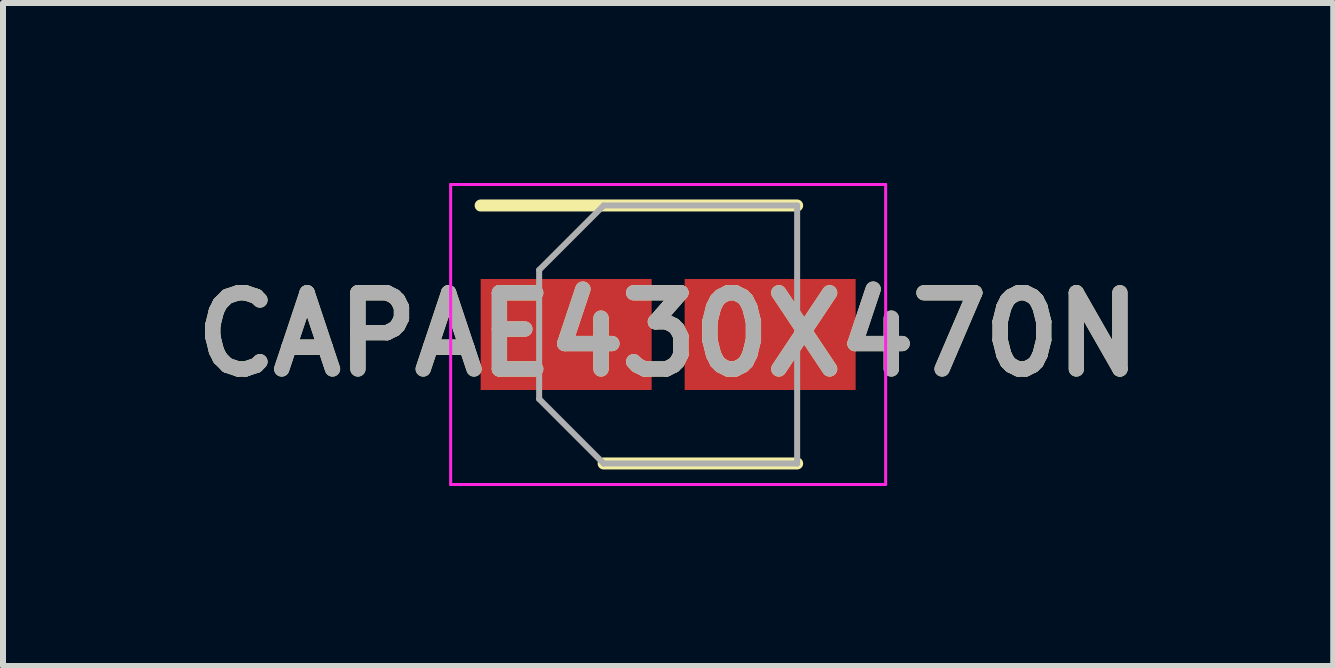
<source format=kicad_pcb>
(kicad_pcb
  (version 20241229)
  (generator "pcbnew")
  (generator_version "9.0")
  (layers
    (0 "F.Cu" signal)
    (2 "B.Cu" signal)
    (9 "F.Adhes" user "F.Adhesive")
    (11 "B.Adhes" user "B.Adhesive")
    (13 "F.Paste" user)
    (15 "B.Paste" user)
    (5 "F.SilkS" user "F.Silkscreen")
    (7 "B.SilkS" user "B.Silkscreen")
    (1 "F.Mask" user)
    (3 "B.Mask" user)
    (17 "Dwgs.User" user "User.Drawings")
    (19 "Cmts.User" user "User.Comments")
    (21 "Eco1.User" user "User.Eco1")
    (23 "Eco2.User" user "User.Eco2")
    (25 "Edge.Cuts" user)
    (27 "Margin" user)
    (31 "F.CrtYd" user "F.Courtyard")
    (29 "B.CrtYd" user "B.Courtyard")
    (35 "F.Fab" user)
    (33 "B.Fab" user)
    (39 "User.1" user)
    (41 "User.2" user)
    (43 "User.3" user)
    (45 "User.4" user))
  (footprint "CAPAE430X470N"
    (layer "F.Cu")
    (at 8.086 2.525)
    (property "Reference" "CAPAE430X470N" (at 0 0 0) (layer "F.SilkS") (effects (font (size 1.27 1.27) (thickness 0.254))))
    (attr smd)
    (fp_line (start -3.125 -2.15) (end 2.15 -2.15) (stroke (width 0.2) (type solid)) (layer "F.SilkS"))
    (fp_line (start -1.075 2.15) (end 2.15 2.15) (stroke (width 0.2) (type solid)) (layer "F.SilkS"))
    (fp_line (start -3.625 -2.5) (end 3.625 -2.5) (stroke (width 0.05) (type solid)) (layer "F.CrtYd"))
    (fp_line (start -3.625 2.5) (end -3.625 -2.5) (stroke (width 0.05) (type solid)) (layer "F.CrtYd"))
    (fp_line (start 3.625 -2.5) (end 3.625 2.5) (stroke (width 0.05) (type solid)) (layer "F.CrtYd"))
    (fp_line (start 3.625 2.5) (end -3.625 2.5) (stroke (width 0.05) (type solid)) (layer "F.CrtYd"))
    (fp_line (start -2.15 -1.075) (end -2.15 1.075) (stroke (width 0.1) (type solid)) (layer "F.Fab"))
    (fp_line (start -2.15 1.075) (end -1.075 2.15) (stroke (width 0.1) (type solid)) (layer "F.Fab"))
    (fp_line (start -1.075 -2.15) (end -2.15 -1.075) (stroke (width 0.1) (type solid)) (layer "F.Fab"))
    (fp_line (start -1.075 2.15) (end 2.15 2.15) (stroke (width 0.1) (type solid)) (layer "F.Fab"))
    (fp_line (start 2.15 -2.15) (end -1.075 -2.15) (stroke (width 0.1) (type solid)) (layer "F.Fab"))
    (fp_line (start 2.15 2.15) (end 2.15 -2.15) (stroke (width 0.1) (type solid)) (layer "F.Fab"))
    (fp_text user "${REFERENCE}" (at 0 0 0) (layer "F.Fab") (effects (font (size 1.27 1.27) (thickness 0.254))))
    (pad "1" smd rect (at -1.7 0 90) (size 1.85 2.85) (layers "F.Cu" "F.Mask" "F.Paste"))
    (pad "2" smd rect (at 1.7 0 90) (size 1.85 2.85) (layers "F.Cu" "F.Mask" "F.Paste")))
  (gr_rect
    (start -3 -3)
    (end 19.171 8.05)
    (stroke (width 0.1) (type default))
    (fill no)
    (layer "Edge.Cuts")))
</source>
